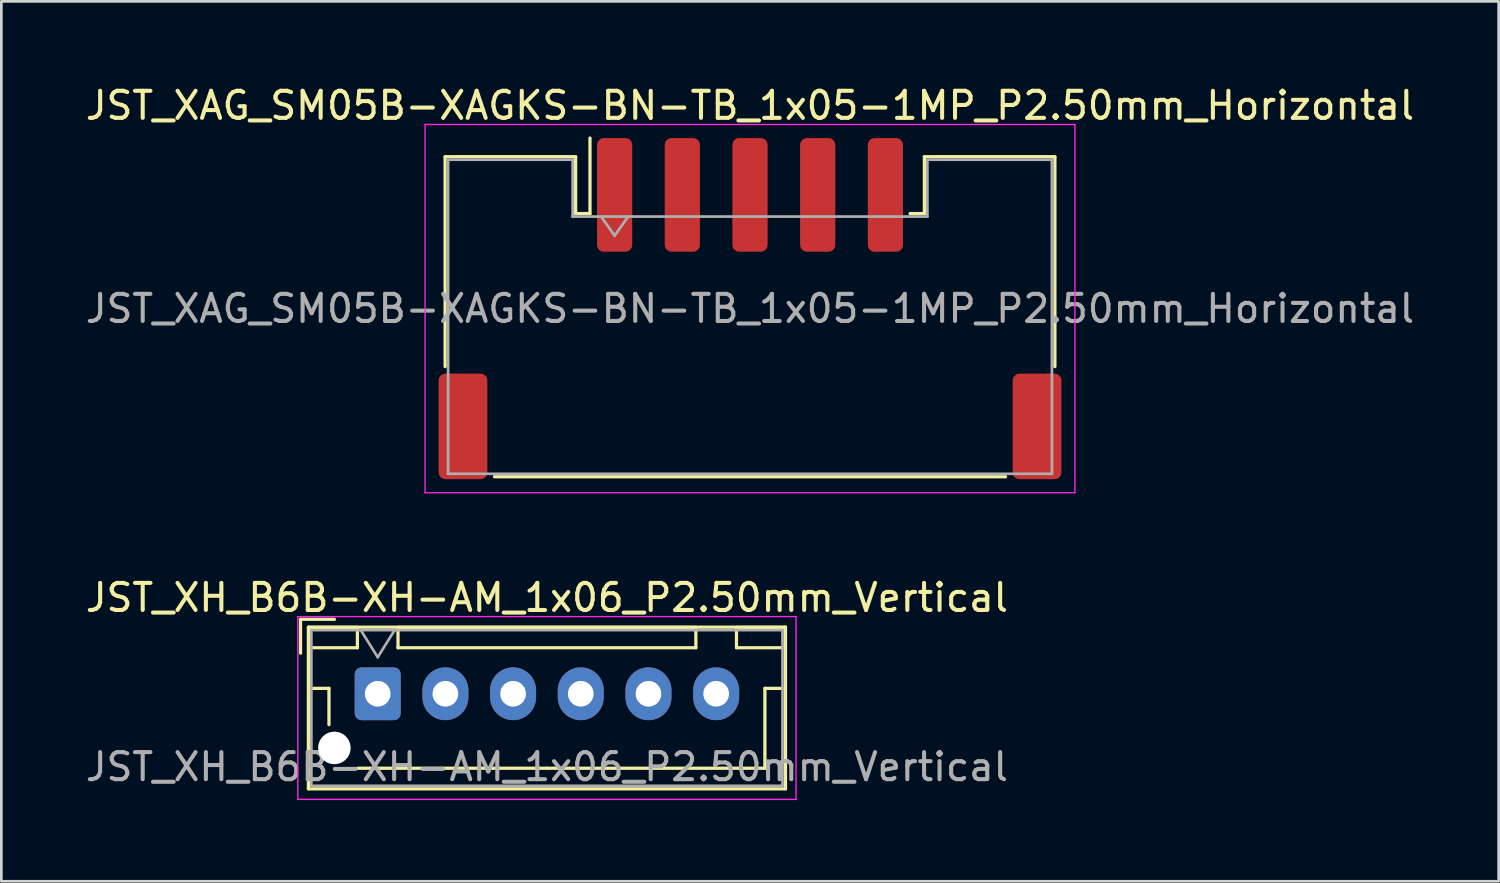
<source format=kicad_pcb>
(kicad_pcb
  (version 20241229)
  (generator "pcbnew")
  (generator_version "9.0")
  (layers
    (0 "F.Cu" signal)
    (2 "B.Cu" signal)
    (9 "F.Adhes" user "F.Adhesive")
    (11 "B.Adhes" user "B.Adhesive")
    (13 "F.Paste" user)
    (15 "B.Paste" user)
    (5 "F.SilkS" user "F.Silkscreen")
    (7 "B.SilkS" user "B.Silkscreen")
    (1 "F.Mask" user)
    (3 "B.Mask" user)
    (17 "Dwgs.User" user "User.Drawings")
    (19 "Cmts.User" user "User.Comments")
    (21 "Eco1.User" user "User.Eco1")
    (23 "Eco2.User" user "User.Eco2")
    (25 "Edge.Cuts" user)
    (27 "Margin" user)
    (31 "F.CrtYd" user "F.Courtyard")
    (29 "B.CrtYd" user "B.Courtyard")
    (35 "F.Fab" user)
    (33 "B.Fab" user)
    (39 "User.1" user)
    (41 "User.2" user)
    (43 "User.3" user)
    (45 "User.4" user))
  (footprint "JST_XAG_SM05B-XAGKS-BN-TB_1x05-1MP_P2.50mm_Horizontal"
    (layer "F.Cu")
    (at 24.649 8.348)
    (property "Reference" "JST_XAG_SM05B-XAGKS-BN-TB_1x05-1MP_P2.50mm_Horizontal" (at 0 -7.5 0) (layer "F.SilkS") (effects (font (size 1 1) (thickness 0.15))))
    (attr smd)
    (fp_line (start -11.26 -5.61) (end -6.44 -5.61) (stroke (width 0.12) (type solid)) (layer "F.SilkS"))
    (fp_line (start -11.26 2.14) (end -11.26 -5.61) (stroke (width 0.12) (type solid)) (layer "F.SilkS"))
    (fp_line (start -9.44 6.21) (end 9.44 6.21) (stroke (width 0.12) (type solid)) (layer "F.SilkS"))
    (fp_line (start -6.44 -5.61) (end -6.44 -3.51) (stroke (width 0.12) (type solid)) (layer "F.SilkS"))
    (fp_line (start -6.44 -3.51) (end -5.91 -3.51) (stroke (width 0.12) (type solid)) (layer "F.SilkS"))
    (fp_line (start -5.91 -3.51) (end -5.91 -6.3) (stroke (width 0.12) (type solid)) (layer "F.SilkS"))
    (fp_line (start 6.44 -5.61) (end 6.44 -3.51) (stroke (width 0.12) (type solid)) (layer "F.SilkS"))
    (fp_line (start 6.44 -3.51) (end 5.91 -3.51) (stroke (width 0.12) (type solid)) (layer "F.SilkS"))
    (fp_line (start 11.26 -5.61) (end 6.44 -5.61) (stroke (width 0.12) (type solid)) (layer "F.SilkS"))
    (fp_line (start 11.26 2.14) (end 11.26 -5.61) (stroke (width 0.12) (type solid)) (layer "F.SilkS"))
    (fp_line (start -12 -6.8) (end -12 6.8) (stroke (width 0.05) (type solid)) (layer "F.CrtYd"))
    (fp_line (start -12 6.8) (end 12 6.8) (stroke (width 0.05) (type solid)) (layer "F.CrtYd"))
    (fp_line (start 12 -6.8) (end -12 -6.8) (stroke (width 0.05) (type solid)) (layer "F.CrtYd"))
    (fp_line (start 12 6.8) (end 12 -6.8) (stroke (width 0.05) (type solid)) (layer "F.CrtYd"))
    (fp_line (start -11.15 -5.5) (end -11.15 6.1) (stroke (width 0.1) (type solid)) (layer "F.Fab"))
    (fp_line (start -11.15 -5.5) (end -6.55 -5.5) (stroke (width 0.1) (type solid)) (layer "F.Fab"))
    (fp_line (start -11.15 6.1) (end 11.15 6.1) (stroke (width 0.1) (type solid)) (layer "F.Fab"))
    (fp_line (start -6.55 -5.5) (end -6.55 -3.4) (stroke (width 0.1) (type solid)) (layer "F.Fab"))
    (fp_line (start -6.55 -3.4) (end 6.55 -3.4) (stroke (width 0.1) (type solid)) (layer "F.Fab"))
    (fp_line (start -5.5 -3.4) (end -5 -2.693) (stroke (width 0.1) (type solid)) (layer "F.Fab"))
    (fp_line (start -5 -2.693) (end -4.5 -3.4) (stroke (width 0.1) (type solid)) (layer "F.Fab"))
    (fp_line (start 6.55 -5.5) (end 11.15 -5.5) (stroke (width 0.1) (type solid)) (layer "F.Fab"))
    (fp_line (start 6.55 -3.4) (end 6.55 -5.5) (stroke (width 0.1) (type solid)) (layer "F.Fab"))
    (fp_line (start 11.15 -5.5) (end 11.15 6.1) (stroke (width 0.1) (type solid)) (layer "F.Fab"))
    (fp_text user "${REFERENCE}" (at 0 0 0) (layer "F.Fab") (effects (font (size 1 1) (thickness 0.15))))
    (pad "1" smd roundrect (at -5 -4.2) (size 1.3 4.2) (layers "F.Cu" "F.Mask" "F.Paste") (roundrect_rratio 0.192))
    (pad "2" smd roundrect (at -2.5 -4.2) (size 1.3 4.2) (layers "F.Cu" "F.Mask" "F.Paste") (roundrect_rratio 0.192))
    (pad "3" smd roundrect (at 0 -4.2) (size 1.3 4.2) (layers "F.Cu" "F.Mask" "F.Paste") (roundrect_rratio 0.192))
    (pad "4" smd roundrect (at 2.5 -4.2) (size 1.3 4.2) (layers "F.Cu" "F.Mask" "F.Paste") (roundrect_rratio 0.192))
    (pad "5" smd roundrect (at 5 -4.2) (size 1.3 4.2) (layers "F.Cu" "F.Mask" "F.Paste") (roundrect_rratio 0.192))
    (pad "MP" smd roundrect (at -10.6 4.35) (size 1.8 3.9) (layers "F.Cu" "F.Mask" "F.Paste") (roundrect_rratio 0.139))
    (pad "MP" smd roundrect (at 10.6 4.35) (size 1.8 3.9) (layers "F.Cu" "F.Mask" "F.Paste") (roundrect_rratio 0.139)))
  (footprint "JST_XH_B6B-XH-AM_1x06_P2.50mm_Vertical"
    (layer "F.Cu")
    (at 10.899 22.572)
    (property "Reference" "JST_XH_B6B-XH-AM_1x06_P2.50mm_Vertical" (at 6.25 -3.55 0) (layer "F.SilkS") (effects (font (size 1 1) (thickness 0.15))))
    (attr through_hole)
    (fp_line (start -2.85 -2.75) (end -2.85 -1.5) (stroke (width 0.12) (type solid)) (layer "F.SilkS"))
    (fp_line (start -2.56 -2.46) (end -2.56 3.51) (stroke (width 0.12) (type solid)) (layer "F.SilkS"))
    (fp_line (start -2.56 3.51) (end 15.06 3.51) (stroke (width 0.12) (type solid)) (layer "F.SilkS"))
    (fp_line (start -2.55 -2.45) (end -2.55 -1.7) (stroke (width 0.12) (type solid)) (layer "F.SilkS"))
    (fp_line (start -2.55 -1.7) (end -0.75 -1.7) (stroke (width 0.12) (type solid)) (layer "F.SilkS"))
    (fp_line (start -2.55 -0.2) (end -1.8 -0.2) (stroke (width 0.12) (type solid)) (layer "F.SilkS"))
    (fp_line (start -1.8 -0.2) (end -1.8 1.14) (stroke (width 0.12) (type solid)) (layer "F.SilkS"))
    (fp_line (start -1.6 -2.75) (end -2.85 -2.75) (stroke (width 0.12) (type solid)) (layer "F.SilkS"))
    (fp_line (start -0.75 -2.45) (end -2.55 -2.45) (stroke (width 0.12) (type solid)) (layer "F.SilkS"))
    (fp_line (start -0.75 -1.7) (end -0.75 -2.45) (stroke (width 0.12) (type solid)) (layer "F.SilkS"))
    (fp_line (start 0.75 -2.45) (end 0.75 -1.7) (stroke (width 0.12) (type solid)) (layer "F.SilkS"))
    (fp_line (start 0.75 -1.7) (end 11.75 -1.7) (stroke (width 0.12) (type solid)) (layer "F.SilkS"))
    (fp_line (start 6.25 2.75) (end -0.74 2.75) (stroke (width 0.12) (type solid)) (layer "F.SilkS"))
    (fp_line (start 11.75 -2.45) (end 0.75 -2.45) (stroke (width 0.12) (type solid)) (layer "F.SilkS"))
    (fp_line (start 11.75 -1.7) (end 11.75 -2.45) (stroke (width 0.12) (type solid)) (layer "F.SilkS"))
    (fp_line (start 13.25 -2.45) (end 13.25 -1.7) (stroke (width 0.12) (type solid)) (layer "F.SilkS"))
    (fp_line (start 13.25 -1.7) (end 15.05 -1.7) (stroke (width 0.12) (type solid)) (layer "F.SilkS"))
    (fp_line (start 14.3 -0.2) (end 14.3 2.75) (stroke (width 0.12) (type solid)) (layer "F.SilkS"))
    (fp_line (start 14.3 2.75) (end 6.25 2.75) (stroke (width 0.12) (type solid)) (layer "F.SilkS"))
    (fp_line (start 15.05 -2.45) (end 13.25 -2.45) (stroke (width 0.12) (type solid)) (layer "F.SilkS"))
    (fp_line (start 15.05 -1.7) (end 15.05 -2.45) (stroke (width 0.12) (type solid)) (layer "F.SilkS"))
    (fp_line (start 15.05 -0.2) (end 14.3 -0.2) (stroke (width 0.12) (type solid)) (layer "F.SilkS"))
    (fp_line (start 15.06 -2.46) (end -2.56 -2.46) (stroke (width 0.12) (type solid)) (layer "F.SilkS"))
    (fp_line (start 15.06 3.51) (end 15.06 -2.46) (stroke (width 0.12) (type solid)) (layer "F.SilkS"))
    (fp_line (start -2.95 -2.85) (end -2.95 3.9) (stroke (width 0.05) (type solid)) (layer "F.CrtYd"))
    (fp_line (start -2.95 3.9) (end 15.45 3.9) (stroke (width 0.05) (type solid)) (layer "F.CrtYd"))
    (fp_line (start 15.45 -2.85) (end -2.95 -2.85) (stroke (width 0.05) (type solid)) (layer "F.CrtYd"))
    (fp_line (start 15.45 3.9) (end 15.45 -2.85) (stroke (width 0.05) (type solid)) (layer "F.CrtYd"))
    (fp_line (start -2.45 -2.35) (end -2.45 3.4) (stroke (width 0.1) (type solid)) (layer "F.Fab"))
    (fp_line (start -2.45 3.4) (end 14.95 3.4) (stroke (width 0.1) (type solid)) (layer "F.Fab"))
    (fp_line (start -0.625 -2.35) (end 0 -1.35) (stroke (width 0.1) (type solid)) (layer "F.Fab"))
    (fp_line (start 0 -1.35) (end 0.625 -2.35) (stroke (width 0.1) (type solid)) (layer "F.Fab"))
    (fp_line (start 14.95 -2.35) (end -2.45 -2.35) (stroke (width 0.1) (type solid)) (layer "F.Fab"))
    (fp_line (start 14.95 3.4) (end 14.95 -2.35) (stroke (width 0.1) (type solid)) (layer "F.Fab"))
    (fp_text user "${REFERENCE}" (at 6.25 2.7 0) (layer "F.Fab") (effects (font (size 1 1) (thickness 0.15))))
    (pad "" np_thru_hole circle (at -1.6 2) (size 1.2 1.2) (drill 1.2) (layers "*.Cu" "*.Mask"))
    (pad "1" thru_hole roundrect (at 0 0) (size 1.7 1.95) (drill 0.95) (layers "*.Cu" "*.Mask") (roundrect_rratio 0.147))
    (pad "2" thru_hole oval (at 2.5 0) (size 1.7 1.95) (drill 0.95) (layers "*.Cu" "*.Mask"))
    (pad "3" thru_hole oval (at 5 0) (size 1.7 1.95) (drill 0.95) (layers "*.Cu" "*.Mask"))
    (pad "4" thru_hole oval (at 7.5 0) (size 1.7 1.95) (drill 0.95) (layers "*.Cu" "*.Mask"))
    (pad "5" thru_hole oval (at 10 0) (size 1.7 1.95) (drill 0.95) (layers "*.Cu" "*.Mask"))
    (pad "6" thru_hole oval (at 12.5 0) (size 1.7 1.95) (drill 0.95) (layers "*.Cu" "*.Mask")))
  (gr_rect
    (start -3 -3)
    (end 52.298 29.497)
    (stroke (width 0.1) (type default))
    (fill no)
    (layer "Edge.Cuts")))
</source>
